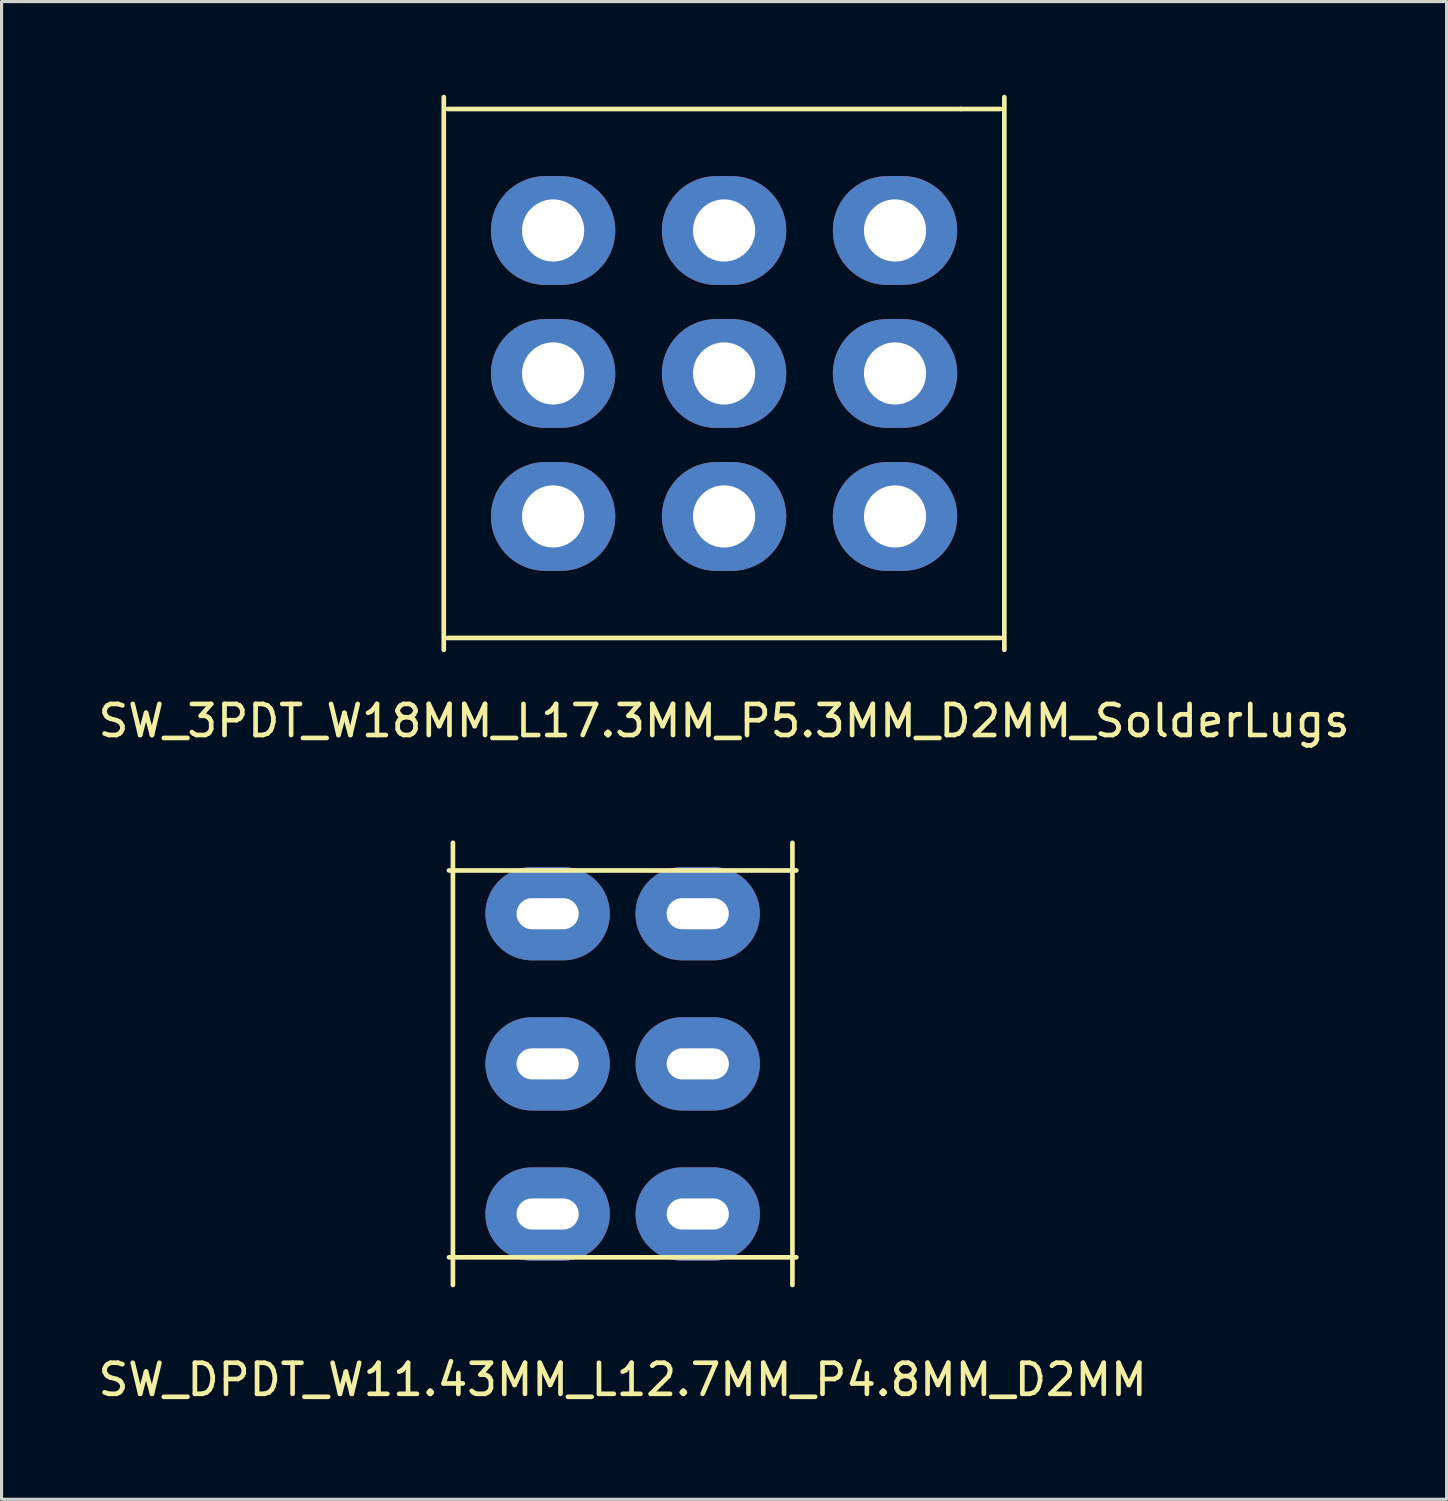
<source format=kicad_pcb>
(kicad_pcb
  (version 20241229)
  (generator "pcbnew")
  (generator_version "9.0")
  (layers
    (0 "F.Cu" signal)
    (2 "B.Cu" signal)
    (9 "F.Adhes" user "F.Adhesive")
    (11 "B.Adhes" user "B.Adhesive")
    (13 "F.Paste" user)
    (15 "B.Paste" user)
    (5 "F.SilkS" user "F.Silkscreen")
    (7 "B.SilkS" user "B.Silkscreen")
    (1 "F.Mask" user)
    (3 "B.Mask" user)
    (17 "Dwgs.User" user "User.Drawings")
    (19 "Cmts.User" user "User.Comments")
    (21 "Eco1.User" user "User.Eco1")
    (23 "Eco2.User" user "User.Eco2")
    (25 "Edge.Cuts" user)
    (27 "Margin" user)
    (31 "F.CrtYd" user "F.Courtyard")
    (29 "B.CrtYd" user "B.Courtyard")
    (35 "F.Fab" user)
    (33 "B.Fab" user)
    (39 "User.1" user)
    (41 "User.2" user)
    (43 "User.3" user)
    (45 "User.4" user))
  (footprint "SW_3PDT_W18MM_L17.3MM_P5.3MM_D2MM_SolderLugs"
    (layer "F.Cu")
    (at 20.244 8.965)
    (property "Reference" "SW_3PDT_W18MM_L17.3MM_P5.3MM_D2MM_SolderLugs" (at 0 11.176 0) (layer "F.SilkS") (effects (font (size 1 1) (thickness 0.15))))
    (attr through_hole)
    (fp_line (start -9.017 8.89) (end -9.017 -8.89) (stroke (width 0.15) (type solid)) (layer "F.SilkS"))
    (fp_line (start -8.89 -8.509) (end 7.62 -8.509) (stroke (width 0.15) (type solid)) (layer "F.SilkS"))
    (fp_line (start 7.62 -8.509) (end 8.89 -8.509) (stroke (width 0.15) (type solid)) (layer "F.SilkS"))
    (fp_line (start 8.89 8.509) (end -8.89 8.509) (stroke (width 0.15) (type solid)) (layer "F.SilkS"))
    (fp_line (start 9.017 -8.89) (end 9.017 8.89) (stroke (width 0.15) (type solid)) (layer "F.SilkS"))
    (pad "1" thru_hole oval (at -5.5 -4.6) (size 4 3.5) (drill 2) (layers "*.Cu" "*.Mask"))
    (pad "2" thru_hole oval (at -5.5 0) (size 4 3.5) (drill 2) (layers "*.Cu" "*.Mask"))
    (pad "3" thru_hole oval (at -5.5 4.6) (size 4 3.5) (drill 2) (layers "*.Cu" "*.Mask"))
    (pad "4" thru_hole oval (at 0 -4.6) (size 4 3.5) (drill 2) (layers "*.Cu" "*.Mask"))
    (pad "5" thru_hole oval (at 0 0) (size 4 3.5) (drill 2) (layers "*.Cu" "*.Mask"))
    (pad "6" thru_hole oval (at 0 4.6) (size 4 3.5) (drill 2) (layers "*.Cu" "*.Mask"))
    (pad "7" thru_hole oval (at 5.5 -4.6) (size 4 3.5) (drill 2) (layers "*.Cu" "*.Mask"))
    (pad "8" thru_hole oval (at 5.5 0) (size 4 3.5) (drill 2) (layers "*.Cu" "*.Mask"))
    (pad "9" thru_hole oval (at 5.5 4.6) (size 4 3.5) (drill 2) (layers "*.Cu" "*.Mask")))
  (footprint "SW_DPDT_W11.43MM_L12.7MM_P4.8MM_D2MM"
    (layer "F.Cu")
    (at 16.982 31.176)
    (property "Reference" "SW_DPDT_W11.43MM_L12.7MM_P4.8MM_D2MM" (at 0 10.16 0) (layer "F.SilkS") (effects (font (size 1 1) (thickness 0.15))))
    (attr through_hole)
    (fp_line (start -5.588 -6.223) (end 5.588 -6.223) (stroke (width 0.15) (type solid)) (layer "F.SilkS"))
    (fp_line (start -5.588 6.223) (end 5.588 6.223) (stroke (width 0.15) (type solid)) (layer "F.SilkS"))
    (fp_line (start -5.461 7.112) (end -5.461 -7.112) (stroke (width 0.15) (type solid)) (layer "F.SilkS"))
    (fp_line (start 5.461 -7.112) (end 5.461 7.112) (stroke (width 0.15) (type solid)) (layer "F.SilkS"))
    (pad "1" thru_hole oval (at -2.415 -4.831) (size 4 3) (drill oval 2 1) (layers "*.Cu" "*.Mask"))
    (pad "2" thru_hole oval (at -2.415 0) (size 4 3) (drill oval 2 1) (layers "*.Cu" "*.Mask"))
    (pad "3" thru_hole oval (at -2.415 4.83) (size 4 3) (drill oval 2 1) (layers "*.Cu" "*.Mask"))
    (pad "4" thru_hole oval (at 2.413 -4.831) (size 4 3) (drill oval 2 1) (layers "*.Cu" "*.Mask"))
    (pad "5" thru_hole oval (at 2.415 0) (size 4 3) (drill oval 2 1) (layers "*.Cu" "*.Mask"))
    (pad "6" thru_hole oval (at 2.415 4.83) (size 4 3) (drill oval 2 1) (layers "*.Cu" "*.Mask")))
  (gr_rect
    (start -3 -3)
    (end 43.488 45.184)
    (stroke (width 0.1) (type default))
    (fill no)
    (layer "Edge.Cuts")))
</source>
